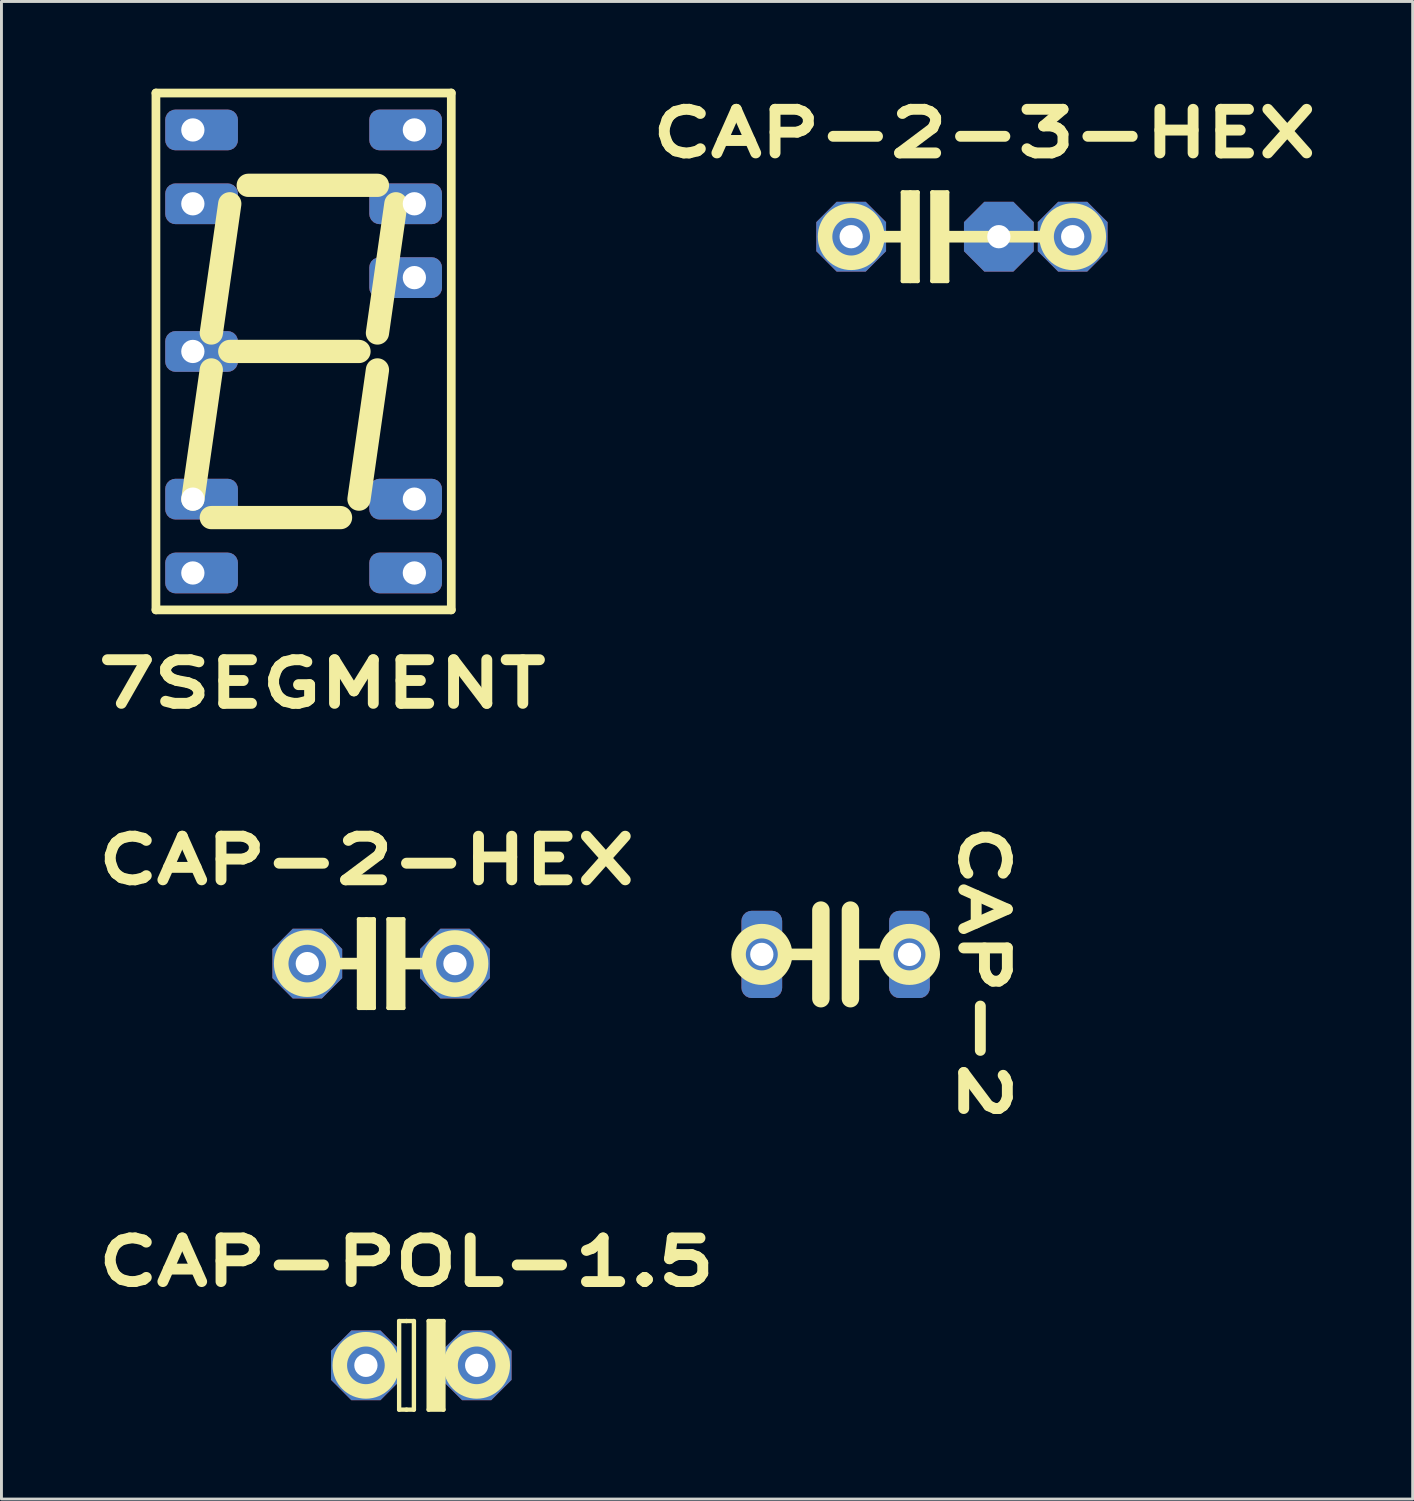
<source format=kicad_pcb>
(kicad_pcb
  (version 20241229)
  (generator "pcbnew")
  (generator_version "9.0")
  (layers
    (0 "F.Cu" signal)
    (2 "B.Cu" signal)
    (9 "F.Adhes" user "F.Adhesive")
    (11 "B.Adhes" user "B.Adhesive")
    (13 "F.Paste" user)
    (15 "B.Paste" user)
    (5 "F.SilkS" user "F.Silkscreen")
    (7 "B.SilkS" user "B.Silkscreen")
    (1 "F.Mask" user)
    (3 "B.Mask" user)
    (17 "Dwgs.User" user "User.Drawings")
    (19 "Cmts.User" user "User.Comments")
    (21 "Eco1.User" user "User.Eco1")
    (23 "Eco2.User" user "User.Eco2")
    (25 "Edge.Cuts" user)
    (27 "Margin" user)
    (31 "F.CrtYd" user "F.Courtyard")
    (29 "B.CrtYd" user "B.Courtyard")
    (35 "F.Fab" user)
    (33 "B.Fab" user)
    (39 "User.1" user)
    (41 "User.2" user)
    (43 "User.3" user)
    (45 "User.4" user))
  (footprint "CAP-2-3-HEX"
    (layer "F.Cu")
    (at 28.77 5.092)
    (property "Reference" "CAP-2-3-HEX" (at 2.032 -3.556 0) (layer "F.SilkS") (effects (font (size 1.5 2) (thickness 0.375))))
    (attr through_hole)
    (fp_line (start -1.642 0) (end -0.508 0) (stroke (width 0.4) (type solid)) (layer "F.SilkS"))
    (fp_line (start -0.762 -1.524) (end -0.762 1.524) (stroke (width 0.15) (type solid)) (layer "F.SilkS"))
    (fp_line (start -0.762 1.524) (end -0.508 1.524) (stroke (width 0.15) (type solid)) (layer "F.SilkS"))
    (fp_line (start -0.508 -1.524) (end -0.762 -1.524) (stroke (width 0.15) (type solid)) (layer "F.SilkS"))
    (fp_line (start -0.508 -1.27) (end -0.508 1.27) (stroke (width 0.55) (type solid)) (layer "F.SilkS"))
    (fp_line (start -0.508 1.524) (end -0.254 1.524) (stroke (width 0.15) (type solid)) (layer "F.SilkS"))
    (fp_line (start -0.254 -1.524) (end -0.508 -1.524) (stroke (width 0.15) (type solid)) (layer "F.SilkS"))
    (fp_line (start -0.254 1.524) (end -0.254 -1.524) (stroke (width 0.15) (type solid)) (layer "F.SilkS"))
    (fp_line (start 0.254 -1.524) (end 0.254 1.524) (stroke (width 0.15) (type solid)) (layer "F.SilkS"))
    (fp_line (start 0.254 1.524) (end 0.762 1.524) (stroke (width 0.15) (type solid)) (layer "F.SilkS"))
    (fp_line (start 0.508 -1.27) (end 0.508 1.27) (stroke (width 0.6) (type solid)) (layer "F.SilkS"))
    (fp_line (start 0.635 0) (end 4.191 0) (stroke (width 0.4) (type solid)) (layer "F.SilkS"))
    (fp_line (start 0.762 -1.524) (end 0.254 -1.524) (stroke (width 0.15) (type solid)) (layer "F.SilkS"))
    (fp_line (start 0.762 1.524) (end 0.762 -1.524) (stroke (width 0.15) (type solid)) (layer "F.SilkS"))
    (fp_circle (center -2.54 0) (end -1.642 0) (stroke (width 0.5) (type solid)) (fill no) (layer "F.SilkS"))
    (fp_circle (center 5.08 0) (end 5.978 0) (stroke (width 0.5) (type solid)) (fill no) (layer "F.SilkS"))
    (pad "1" thru_hole custom (at -2.54 0) (size 1.524 1.524) (drill 0.8) (layers "*.Cu" "*.Mask") (options (anchor rect)) (primitives (gr_poly (pts (xy -1.2 0.5) (xy -1.2 -0.5) (xy -0.5 -1.2) (xy 0.5 -1.2) (xy 1.2 -0.5) (xy 1.2 0.5) (xy 0.5 1.2) (xy -0.5 1.2)) (width 0) (fill yes))))
    (pad "2" thru_hole custom (at 2.54 0) (size 1.524 1.524) (drill 0.8) (layers "*.Cu" "*.Mask") (options (anchor rect)) (primitives (gr_poly (pts (xy -1.2 0.5) (xy -1.2 -0.5) (xy -0.5 -1.2) (xy 0.5 -1.2) (xy 1.2 -0.5) (xy 1.2 0.5) (xy 0.5 1.2) (xy -0.5 1.2)) (width 0) (fill yes))))
    (pad "2" thru_hole custom (at 5.08 0) (size 1.524 1.524) (drill 0.8) (layers "*.Cu" "*.Mask") (options (anchor rect)) (primitives (gr_poly (pts (xy -1.2 0.5) (xy -1.2 -0.5) (xy -0.5 -1.2) (xy 0.5 -1.2) (xy 1.2 -0.5) (xy 1.2 0.5) (xy 0.5 1.2) (xy -0.5 1.2)) (width 0) (fill yes)))))
  (footprint "CAP-2"
    (layer "F.Cu")
    (at 25.696 29.781)
    (property "Reference" "CAP-2" (at 5.08 0.635 270) (unlocked yes) (layer "F.SilkS") (effects (font (size 1.5 2) (thickness 0.375))))
    (attr through_hole)
    (fp_line (start -0.508 -1.524) (end -0.508 1.524) (stroke (width 0.6) (type solid)) (layer "F.SilkS"))
    (fp_line (start -0.508 0) (end -1.74 0) (stroke (width 0.4) (type solid)) (layer "F.SilkS"))
    (fp_line (start 0.508 -1.524) (end 0.508 1.524) (stroke (width 0.6) (type solid)) (layer "F.SilkS"))
    (fp_line (start 0.508 0) (end 1.74 0) (stroke (width 0.4) (type solid)) (layer "F.SilkS"))
    (fp_circle (center -2.54 0) (end -1.74 0) (stroke (width 0.5) (type solid)) (fill no) (layer "F.SilkS"))
    (fp_circle (center 2.54 0) (end 3.34 0) (stroke (width 0.5) (type solid)) (fill no) (layer "F.SilkS"))
    (pad "1" thru_hole roundrect (at -2.54 0) (size 1.4 3) (drill 0.8) (layers "*.Cu" "*.Mask") (roundrect_rratio 0.25))
    (pad "2" thru_hole roundrect (at 2.54 0) (size 1.4 3) (drill 0.8) (layers "*.Cu" "*.Mask") (roundrect_rratio 0.25)))
  (footprint "CAP-POL-1.5"
    (layer "F.Cu")
    (at 11.442 43.917)
    (property "Reference" "CAP-POL-1.5" (at -0.508 -3.556 0) (layer "F.SilkS") (effects (font (size 1.5 2) (thickness 0.375))))
    (attr through_hole)
    (fp_line (start -0.762 -1.524) (end -0.762 1.524) (stroke (width 0.15) (type solid)) (layer "F.SilkS"))
    (fp_line (start -0.762 1.524) (end -0.508 1.524) (stroke (width 0.15) (type solid)) (layer "F.SilkS"))
    (fp_line (start -0.508 -1.524) (end -0.762 -1.524) (stroke (width 0.15) (type solid)) (layer "F.SilkS"))
    (fp_line (start -0.508 1.524) (end -0.254 1.524) (stroke (width 0.15) (type solid)) (layer "F.SilkS"))
    (fp_line (start -0.254 -1.524) (end -0.508 -1.524) (stroke (width 0.15) (type solid)) (layer "F.SilkS"))
    (fp_line (start -0.254 1.524) (end -0.254 -1.524) (stroke (width 0.15) (type solid)) (layer "F.SilkS"))
    (fp_line (start 0.254 -1.524) (end 0.254 1.524) (stroke (width 0.15) (type solid)) (layer "F.SilkS"))
    (fp_line (start 0.254 1.524) (end 0.762 1.524) (stroke (width 0.15) (type solid)) (layer "F.SilkS"))
    (fp_line (start 0.508 -1.27) (end 0.508 1.27) (stroke (width 0.6) (type solid)) (layer "F.SilkS"))
    (fp_line (start 0.762 -1.524) (end 0.254 -1.524) (stroke (width 0.15) (type solid)) (layer "F.SilkS"))
    (fp_line (start 0.762 1.524) (end 0.762 -1.524) (stroke (width 0.15) (type solid)) (layer "F.SilkS"))
    (fp_circle (center -1.905 0) (end -1.007 0) (stroke (width 0.5) (type solid)) (fill no) (layer "F.SilkS"))
    (fp_circle (center 1.905 0) (end 2.803 0) (stroke (width 0.5) (type solid)) (fill no) (layer "F.SilkS"))
    (pad "1" thru_hole custom (at -1.905 0) (size 1.524 1.524) (drill 0.8) (layers "*.Cu" "*.Mask") (options (anchor rect)) (primitives (gr_poly (pts (xy -1.2 0.5) (xy -1.2 -0.5) (xy -0.5 -1.2) (xy 0.5 -1.2) (xy 1.2 -0.5) (xy 1.2 0.5) (xy 0.5 1.2) (xy -0.5 1.2)) (width 0) (fill yes))))
    (pad "2" thru_hole custom (at 1.905 0) (size 1.524 1.524) (drill 0.8) (layers "*.Cu" "*.Mask") (options (anchor rect)) (primitives (gr_poly (pts (xy -1.2 0.5) (xy -1.2 -0.5) (xy -0.5 -1.2) (xy 0.5 -1.2) (xy 1.2 -0.5) (xy 1.2 0.5) (xy 0.5 1.2) (xy -0.5 1.2)) (width 0) (fill yes)))))
  (footprint "7SEGMENT"
    (layer "F.Cu")
    (at 7.394 5.23)
    (property "Reference" "7SEGMENT" (at 0.635 15.24 0) (layer "F.SilkS") (effects (font (size 1.5 2) (thickness 0.375))))
    (attr through_hole)
    (fp_line (start -5.08 -5.08) (end 5.08 -5.08) (stroke (width 0.3) (type solid)) (layer "F.SilkS"))
    (fp_line (start -5.08 12.7) (end -5.08 -5.08) (stroke (width 0.3) (type solid)) (layer "F.SilkS"))
    (fp_line (start -3.81 8.89) (end -3.175 4.445) (stroke (width 0.8) (type solid)) (layer "F.SilkS"))
    (fp_line (start -3.175 3.175) (end -2.54 -1.27) (stroke (width 0.8) (type solid)) (layer "F.SilkS"))
    (fp_line (start 1.27 9.525) (end -3.175 9.525) (stroke (width 0.8) (type solid)) (layer "F.SilkS"))
    (fp_line (start 1.905 3.81) (end -2.54 3.81) (stroke (width 0.8) (type solid)) (layer "F.SilkS"))
    (fp_line (start 1.905 8.89) (end 2.54 4.445) (stroke (width 0.8) (type solid)) (layer "F.SilkS"))
    (fp_line (start 2.54 -1.905) (end -1.905 -1.905) (stroke (width 0.8) (type solid)) (layer "F.SilkS"))
    (fp_line (start 2.54 3.175) (end 3.175 -1.27) (stroke (width 0.8) (type solid)) (layer "F.SilkS"))
    (fp_line (start 5.08 -5.08) (end 5.08 12.7) (stroke (width 0.3) (type solid)) (layer "F.SilkS"))
    (fp_line (start 5.08 12.7) (end -5.08 12.7) (stroke (width 0.3) (type solid)) (layer "F.SilkS"))
    (pad "1" thru_hole roundrect (at -3.81 -3.81 270) (size 1.4 2.5) (drill 0.8 (offset 0 -0.3)) (layers "*.Cu" "*.Mask") (roundrect_rratio 0.25))
    (pad "2" thru_hole roundrect (at -3.81 -1.27 270) (size 1.4 2.5) (drill 0.8 (offset 0 -0.3)) (layers "*.Cu" "*.Mask") (roundrect_rratio 0.25))
    (pad "4" thru_hole roundrect (at -3.81 3.81 270) (size 1.4 2.5) (drill 0.8 (offset 0 -0.3)) (layers "*.Cu" "*.Mask") (roundrect_rratio 0.25))
    (pad "6" thru_hole roundrect (at -3.81 8.89 270) (size 1.4 2.5) (drill 0.8 (offset 0 -0.3)) (layers "*.Cu" "*.Mask") (roundrect_rratio 0.25))
    (pad "7" thru_hole roundrect (at -3.81 11.43 270) (size 1.4 2.5) (drill 0.8 (offset 0 -0.3)) (layers "*.Cu" "*.Mask") (roundrect_rratio 0.25))
    (pad "8" thru_hole roundrect (at 3.81 11.43 270) (size 1.4 2.5) (drill 0.8 (offset 0 0.3)) (layers "*.Cu" "*.Mask") (roundrect_rratio 0.25))
    (pad "9" thru_hole roundrect (at 3.81 8.89 270) (size 1.4 2.5) (drill 0.8 (offset 0 0.3)) (layers "*.Cu" "*.Mask") (roundrect_rratio 0.25))
    (pad "12" thru_hole roundrect (at 3.81 1.27 270) (size 1.4 2.5) (drill 0.8 (offset 0 0.3)) (layers "*.Cu" "*.Mask") (roundrect_rratio 0.25))
    (pad "13" thru_hole roundrect (at 3.81 -1.27 270) (size 1.4 2.5) (drill 0.8 (offset 0 0.3)) (layers "*.Cu" "*.Mask") (roundrect_rratio 0.25))
    (pad "14" thru_hole roundrect (at 3.81 -3.81 270) (size 1.4 2.5) (drill 0.8 (offset 0 0.3)) (layers "*.Cu" "*.Mask") (roundrect_rratio 0.25)))
  (footprint "CAP-2-HEX"
    (layer "F.Cu")
    (at 10.061 30.097)
    (property "Reference" "CAP-2-HEX" (at -0.508 -3.556 0) (layer "F.SilkS") (effects (font (size 1.5 2) (thickness 0.375))))
    (attr through_hole)
    (fp_line (start -1.642 0) (end -0.508 0) (stroke (width 0.4) (type solid)) (layer "F.SilkS"))
    (fp_line (start -0.762 -1.524) (end -0.762 1.524) (stroke (width 0.15) (type solid)) (layer "F.SilkS"))
    (fp_line (start -0.762 1.524) (end -0.508 1.524) (stroke (width 0.15) (type solid)) (layer "F.SilkS"))
    (fp_line (start -0.508 -1.524) (end -0.762 -1.524) (stroke (width 0.15) (type solid)) (layer "F.SilkS"))
    (fp_line (start -0.508 -1.27) (end -0.508 1.27) (stroke (width 0.55) (type solid)) (layer "F.SilkS"))
    (fp_line (start -0.508 1.524) (end -0.254 1.524) (stroke (width 0.15) (type solid)) (layer "F.SilkS"))
    (fp_line (start -0.254 -1.524) (end -0.508 -1.524) (stroke (width 0.15) (type solid)) (layer "F.SilkS"))
    (fp_line (start -0.254 1.524) (end -0.254 -1.524) (stroke (width 0.15) (type solid)) (layer "F.SilkS"))
    (fp_line (start 0.254 -1.524) (end 0.254 1.524) (stroke (width 0.15) (type solid)) (layer "F.SilkS"))
    (fp_line (start 0.254 1.524) (end 0.762 1.524) (stroke (width 0.15) (type solid)) (layer "F.SilkS"))
    (fp_line (start 0.508 -1.27) (end 0.508 1.27) (stroke (width 0.6) (type solid)) (layer "F.SilkS"))
    (fp_line (start 0.762 -1.524) (end 0.254 -1.524) (stroke (width 0.15) (type solid)) (layer "F.SilkS"))
    (fp_line (start 0.762 0) (end 1.651 0) (stroke (width 0.4) (type solid)) (layer "F.SilkS"))
    (fp_line (start 0.762 1.524) (end 0.762 -1.524) (stroke (width 0.15) (type solid)) (layer "F.SilkS"))
    (fp_circle (center -2.54 0) (end -1.642 0) (stroke (width 0.5) (type solid)) (fill no) (layer "F.SilkS"))
    (fp_circle (center 2.54 0) (end 3.438 0) (stroke (width 0.5) (type solid)) (fill no) (layer "F.SilkS"))
    (pad "1" thru_hole custom (at -2.54 0) (size 1.524 1.524) (drill 0.8) (layers "*.Cu" "*.Mask") (options (anchor rect)) (primitives (gr_poly (pts (xy -1.2 0.5) (xy -1.2 -0.5) (xy -0.5 -1.2) (xy 0.5 -1.2) (xy 1.2 -0.5) (xy 1.2 0.5) (xy 0.5 1.2) (xy -0.5 1.2)) (width 0) (fill yes))))
    (pad "2" thru_hole custom (at 2.54 0) (size 1.524 1.524) (drill 0.8) (layers "*.Cu" "*.Mask") (options (anchor rect)) (primitives (gr_poly (pts (xy -1.2 0.5) (xy -1.2 -0.5) (xy -0.5 -1.2) (xy 0.5 -1.2) (xy 1.2 -0.5) (xy 1.2 0.5) (xy 0.5 1.2) (xy -0.5 1.2)) (width 0) (fill yes)))))
  (gr_rect
    (start -3 -3)
    (end 45.545 48.516)
    (stroke (width 0.1) (type default))
    (fill no)
    (layer "Edge.Cuts")))
</source>
